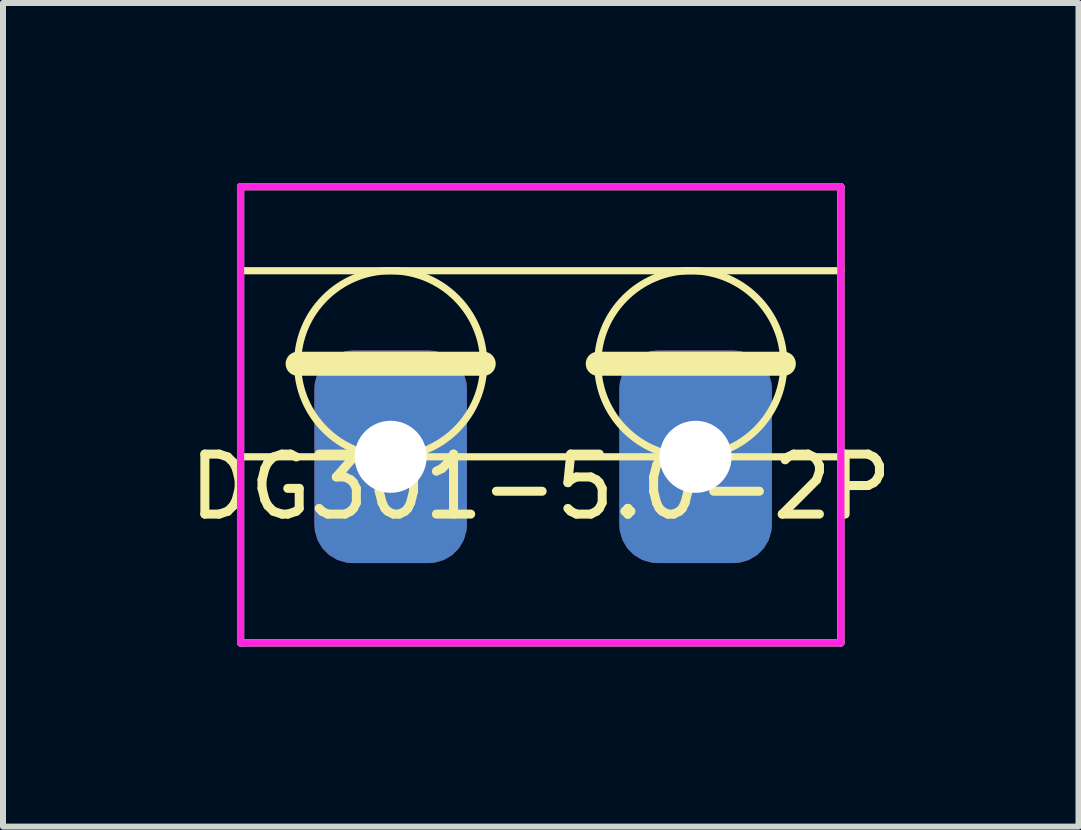
<source format=kicad_pcb>
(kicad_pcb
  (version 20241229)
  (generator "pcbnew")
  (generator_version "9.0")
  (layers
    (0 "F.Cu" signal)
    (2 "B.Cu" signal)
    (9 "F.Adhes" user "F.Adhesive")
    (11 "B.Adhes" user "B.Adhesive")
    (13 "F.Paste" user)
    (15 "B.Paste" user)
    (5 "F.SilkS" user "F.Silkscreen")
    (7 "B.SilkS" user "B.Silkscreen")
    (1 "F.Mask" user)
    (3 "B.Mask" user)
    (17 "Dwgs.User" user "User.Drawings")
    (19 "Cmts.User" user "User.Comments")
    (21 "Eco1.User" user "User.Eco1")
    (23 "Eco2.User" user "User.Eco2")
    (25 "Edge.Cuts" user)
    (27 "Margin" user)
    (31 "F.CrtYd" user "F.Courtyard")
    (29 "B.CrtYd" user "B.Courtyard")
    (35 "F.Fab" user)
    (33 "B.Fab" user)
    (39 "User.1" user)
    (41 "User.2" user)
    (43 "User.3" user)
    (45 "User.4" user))
  (footprint "DG301-5.0-2P"
    (layer "F.Cu")
    (at 5.958 4.56)
    (property "Reference" "DG301-5.0-2P" (at 0 0.5 0) (layer "F.SilkS") (effects (font (size 1 1) (thickness 0.15))))
    (attr through_hole)
    (fp_line (start -5 -4.5) (end -5 3.1) (stroke (width 0.12) (type solid)) (layer "F.SilkS"))
    (fp_line (start -5 -4.5) (end 5 -4.5) (stroke (width 0.12) (type solid)) (layer "F.SilkS"))
    (fp_line (start -5 -3.1) (end 5 -3.1) (stroke (width 0.12) (type solid)) (layer "F.SilkS"))
    (fp_line (start -5 0) (end 5 0) (stroke (width 0.12) (type solid)) (layer "F.SilkS"))
    (fp_line (start -5 3.1) (end 5 3.1) (stroke (width 0.12) (type solid)) (layer "F.SilkS"))
    (fp_line (start -4.05 -1.55) (end -0.95 -1.55) (stroke (width 0.4) (type solid)) (layer "F.SilkS"))
    (fp_line (start 0.95 -1.55) (end 4.05 -1.55) (stroke (width 0.4) (type solid)) (layer "F.SilkS"))
    (fp_line (start 5 -4.5) (end 5 3.1) (stroke (width 0.12) (type solid)) (layer "F.SilkS"))
    (fp_circle (center -2.5 -1.55) (end -2.5 0) (stroke (width 0.12) (type solid)) (fill no) (layer "F.SilkS"))
    (fp_circle (center 2.5 -1.55) (end 2.5 0) (stroke (width 0.12) (type solid)) (fill no) (layer "F.SilkS"))
    (fp_line (start -5 -4.5) (end -5 3.1) (stroke (width 0.12) (type solid)) (layer "F.CrtYd"))
    (fp_line (start -5 -4.5) (end 5 -4.5) (stroke (width 0.12) (type solid)) (layer "F.CrtYd"))
    (fp_line (start -5 3.1) (end 5 3.1) (stroke (width 0.12) (type solid)) (layer "F.CrtYd"))
    (fp_line (start 5 -4.5) (end 5 3.1) (stroke (width 0.12) (type solid)) (layer "F.CrtYd"))
    (pad "1" thru_hole roundrect (at -2.5 0) (size 2.54 3.54) (drill 1.2) (layers "*.Cu" "*.Mask") (roundrect_rratio 0.25))
    (pad "2" thru_hole roundrect (at 2.58 0) (size 2.54 3.54) (drill 1.2) (layers "*.Cu" "*.Mask") (roundrect_rratio 0.25)))
  (gr_rect
    (start -3 -3)
    (end 14.917 10.72)
    (stroke (width 0.1) (type default))
    (fill no)
    (layer "Edge.Cuts")))
</source>
